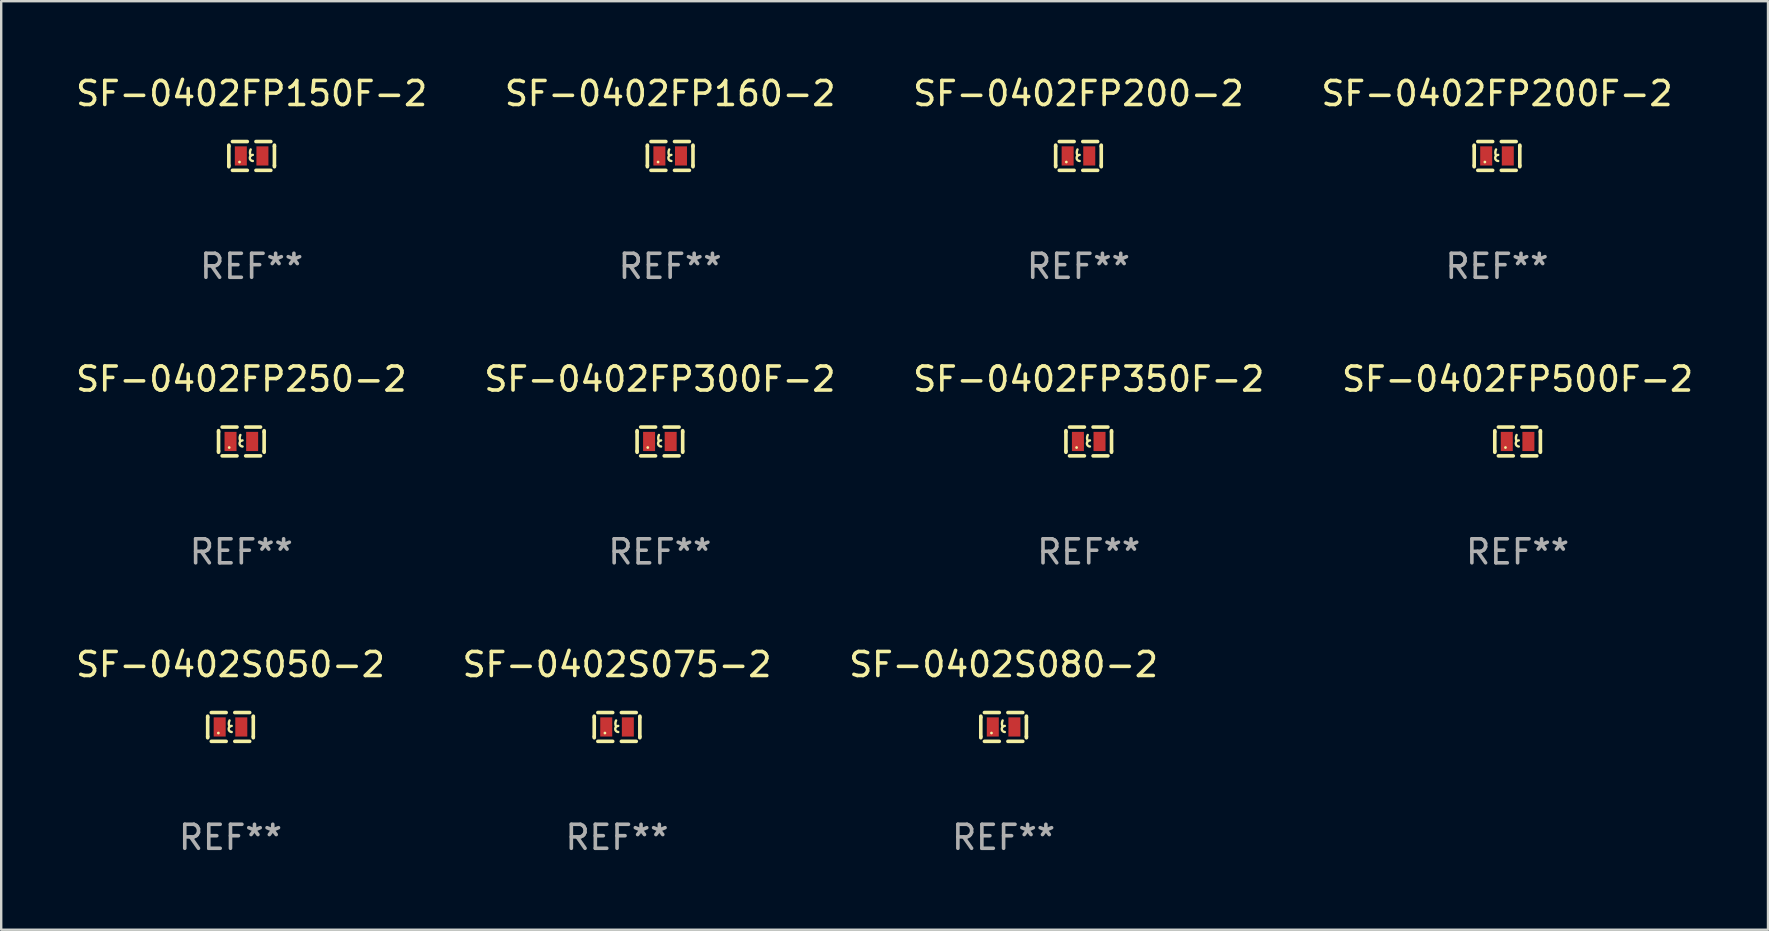
<source format=kicad_pcb>
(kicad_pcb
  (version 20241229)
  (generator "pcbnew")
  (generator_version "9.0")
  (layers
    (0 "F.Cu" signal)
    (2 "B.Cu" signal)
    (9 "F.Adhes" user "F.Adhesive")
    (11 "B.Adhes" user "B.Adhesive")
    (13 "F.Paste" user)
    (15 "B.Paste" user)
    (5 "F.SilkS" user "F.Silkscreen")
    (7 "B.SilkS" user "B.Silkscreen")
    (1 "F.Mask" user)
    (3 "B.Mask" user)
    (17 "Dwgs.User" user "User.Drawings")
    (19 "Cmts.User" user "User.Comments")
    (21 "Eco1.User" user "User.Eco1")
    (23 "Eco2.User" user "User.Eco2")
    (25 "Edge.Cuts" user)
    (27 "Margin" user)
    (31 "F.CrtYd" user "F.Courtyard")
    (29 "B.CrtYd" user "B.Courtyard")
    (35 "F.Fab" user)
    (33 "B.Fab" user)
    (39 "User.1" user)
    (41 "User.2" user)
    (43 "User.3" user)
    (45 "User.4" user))
  (footprint "SF-0402S050-2"
    (layer "F.Cu")
    (at 6.554 27.241)
    (property "Reference" "SF-0402S050-2" (at 0 -2.6 0) (layer "F.SilkS") (effects (font (size 1 1) (thickness 0.15))))
    (attr through_hole)
    (fp_line (start -0.95 -0.45) (end -0.95 -0.4) (stroke (width 0.15) (type solid)) (layer "F.SilkS"))
    (fp_line (start -0.95 -0.4) (end -0.95 0.4) (stroke (width 0.15) (type solid)) (layer "F.SilkS"))
    (fp_line (start -0.95 0.45) (end -0.95 0.4) (stroke (width 0.15) (type solid)) (layer "F.SilkS"))
    (fp_line (start -0.18 -0.6) (end -0.8 -0.6) (stroke (width 0.15) (type solid)) (layer "F.SilkS"))
    (fp_line (start -0.18 0.6) (end -0.8 0.6) (stroke (width 0.15) (type solid)) (layer "F.SilkS"))
    (fp_line (start 0.18 -0.6) (end 0.8 -0.6) (stroke (width 0.15) (type solid)) (layer "F.SilkS"))
    (fp_line (start 0.18 0.6) (end 0.8 0.6) (stroke (width 0.15) (type solid)) (layer "F.SilkS"))
    (fp_line (start 0.95 -0.45) (end 0.95 -0.4) (stroke (width 0.15) (type solid)) (layer "F.SilkS"))
    (fp_line (start 0.95 -0.4) (end 0.95 0.4) (stroke (width 0.15) (type solid)) (layer "F.SilkS"))
    (fp_line (start 0.95 0.45) (end 0.95 0.4) (stroke (width 0.15) (type solid)) (layer "F.SilkS"))
    (fp_arc (start -0.039942 -0.016052) (mid -0.069923 -0.143053) (end -0.039942 -0.270053) (stroke (width 0.1) (type solid)) (layer "F.SilkS"))
    (fp_arc (start 0.050076 0.209957) (mid -0.076924 0.082957) (end 0.050076 -0.044043) (stroke (width 0.1) (type solid)) (layer "F.SilkS"))
    (fp_circle (center -0.505 0.253) (end -0.475 0.253) (stroke (width 0.06) (type solid)) (fill no) (layer "F.SilkS"))
    (fp_text user "REF**" (at 0 4.6 0) (layer "F.Fab") (effects (font (size 1 1) (thickness 0.15))))
    (pad "1" smd rect (at -0.45 -0.000051) (size 0.5 0.8) (layers "F.Cu" "F.Mask" "F.Paste"))
    (pad "2" smd rect (at 0.45 -0.000051) (size 0.5 0.8) (layers "F.Cu" "F.Mask" "F.Paste")))
  (footprint "SF-0402FP300F-2"
    (layer "F.Cu")
    (at 24.446 15.345)
    (property "Reference" "SF-0402FP300F-2" (at 0 -2.6 0) (layer "F.SilkS") (effects (font (size 1 1) (thickness 0.15))))
    (attr through_hole)
    (fp_line (start -0.95 -0.45) (end -0.95 -0.4) (stroke (width 0.15) (type solid)) (layer "F.SilkS"))
    (fp_line (start -0.95 -0.4) (end -0.95 0.4) (stroke (width 0.15) (type solid)) (layer "F.SilkS"))
    (fp_line (start -0.95 0.45) (end -0.95 0.4) (stroke (width 0.15) (type solid)) (layer "F.SilkS"))
    (fp_line (start -0.18 -0.6) (end -0.8 -0.6) (stroke (width 0.15) (type solid)) (layer "F.SilkS"))
    (fp_line (start -0.18 0.6) (end -0.8 0.6) (stroke (width 0.15) (type solid)) (layer "F.SilkS"))
    (fp_line (start 0.18 -0.6) (end 0.8 -0.6) (stroke (width 0.15) (type solid)) (layer "F.SilkS"))
    (fp_line (start 0.18 0.6) (end 0.8 0.6) (stroke (width 0.15) (type solid)) (layer "F.SilkS"))
    (fp_line (start 0.95 -0.45) (end 0.95 -0.4) (stroke (width 0.15) (type solid)) (layer "F.SilkS"))
    (fp_line (start 0.95 -0.4) (end 0.95 0.4) (stroke (width 0.15) (type solid)) (layer "F.SilkS"))
    (fp_line (start 0.95 0.45) (end 0.95 0.4) (stroke (width 0.15) (type solid)) (layer "F.SilkS"))
    (fp_arc (start -0.039942 -0.016052) (mid -0.069923 -0.143053) (end -0.039942 -0.270053) (stroke (width 0.1) (type solid)) (layer "F.SilkS"))
    (fp_arc (start 0.050076 0.209957) (mid -0.076924 0.082957) (end 0.050076 -0.044043) (stroke (width 0.1) (type solid)) (layer "F.SilkS"))
    (fp_circle (center -0.505 0.253) (end -0.475 0.253) (stroke (width 0.06) (type solid)) (fill no) (layer "F.SilkS"))
    (fp_text user "REF**" (at 0 4.6 0) (layer "F.Fab") (effects (font (size 1 1) (thickness 0.15))))
    (pad "1" smd rect (at -0.45 -0.000051) (size 0.5 0.8) (layers "F.Cu" "F.Mask" "F.Paste"))
    (pad "2" smd rect (at 0.45 -0.000051) (size 0.5 0.8) (layers "F.Cu" "F.Mask" "F.Paste")))
  (footprint "SF-0402S075-2"
    (layer "F.Cu")
    (at 22.661 27.241)
    (property "Reference" "SF-0402S075-2" (at 0 -2.6 0) (layer "F.SilkS") (effects (font (size 1 1) (thickness 0.15))))
    (attr through_hole)
    (fp_line (start -0.95 -0.45) (end -0.95 -0.4) (stroke (width 0.15) (type solid)) (layer "F.SilkS"))
    (fp_line (start -0.95 -0.4) (end -0.95 0.4) (stroke (width 0.15) (type solid)) (layer "F.SilkS"))
    (fp_line (start -0.95 0.45) (end -0.95 0.4) (stroke (width 0.15) (type solid)) (layer "F.SilkS"))
    (fp_line (start -0.18 -0.6) (end -0.8 -0.6) (stroke (width 0.15) (type solid)) (layer "F.SilkS"))
    (fp_line (start -0.18 0.6) (end -0.8 0.6) (stroke (width 0.15) (type solid)) (layer "F.SilkS"))
    (fp_line (start 0.18 -0.6) (end 0.8 -0.6) (stroke (width 0.15) (type solid)) (layer "F.SilkS"))
    (fp_line (start 0.18 0.6) (end 0.8 0.6) (stroke (width 0.15) (type solid)) (layer "F.SilkS"))
    (fp_line (start 0.95 -0.45) (end 0.95 -0.4) (stroke (width 0.15) (type solid)) (layer "F.SilkS"))
    (fp_line (start 0.95 -0.4) (end 0.95 0.4) (stroke (width 0.15) (type solid)) (layer "F.SilkS"))
    (fp_line (start 0.95 0.45) (end 0.95 0.4) (stroke (width 0.15) (type solid)) (layer "F.SilkS"))
    (fp_arc (start -0.039942 -0.016052) (mid -0.069923 -0.143053) (end -0.039942 -0.270053) (stroke (width 0.1) (type solid)) (layer "F.SilkS"))
    (fp_arc (start 0.050076 0.209957) (mid -0.076924 0.082957) (end 0.050076 -0.044043) (stroke (width 0.1) (type solid)) (layer "F.SilkS"))
    (fp_circle (center -0.505 0.253) (end -0.475 0.253) (stroke (width 0.06) (type solid)) (fill no) (layer "F.SilkS"))
    (fp_text user "REF**" (at 0 4.6 0) (layer "F.Fab") (effects (font (size 1 1) (thickness 0.15))))
    (pad "1" smd rect (at -0.45 -0.000051) (size 0.5 0.8) (layers "F.Cu" "F.Mask" "F.Paste"))
    (pad "2" smd rect (at 0.45 -0.000051) (size 0.5 0.8) (layers "F.Cu" "F.Mask" "F.Paste")))
  (footprint "SF-0402FP500F-2"
    (layer "F.Cu")
    (at 60.185 15.345)
    (property "Reference" "SF-0402FP500F-2" (at 0 -2.6 0) (layer "F.SilkS") (effects (font (size 1 1) (thickness 0.15))))
    (attr through_hole)
    (fp_line (start -0.95 -0.45) (end -0.95 -0.4) (stroke (width 0.15) (type solid)) (layer "F.SilkS"))
    (fp_line (start -0.95 -0.4) (end -0.95 0.4) (stroke (width 0.15) (type solid)) (layer "F.SilkS"))
    (fp_line (start -0.95 0.45) (end -0.95 0.4) (stroke (width 0.15) (type solid)) (layer "F.SilkS"))
    (fp_line (start -0.18 -0.6) (end -0.8 -0.6) (stroke (width 0.15) (type solid)) (layer "F.SilkS"))
    (fp_line (start -0.18 0.6) (end -0.8 0.6) (stroke (width 0.15) (type solid)) (layer "F.SilkS"))
    (fp_line (start 0.18 -0.6) (end 0.8 -0.6) (stroke (width 0.15) (type solid)) (layer "F.SilkS"))
    (fp_line (start 0.18 0.6) (end 0.8 0.6) (stroke (width 0.15) (type solid)) (layer "F.SilkS"))
    (fp_line (start 0.95 -0.45) (end 0.95 -0.4) (stroke (width 0.15) (type solid)) (layer "F.SilkS"))
    (fp_line (start 0.95 -0.4) (end 0.95 0.4) (stroke (width 0.15) (type solid)) (layer "F.SilkS"))
    (fp_line (start 0.95 0.45) (end 0.95 0.4) (stroke (width 0.15) (type solid)) (layer "F.SilkS"))
    (fp_arc (start -0.039942 -0.016052) (mid -0.069923 -0.143053) (end -0.039942 -0.270053) (stroke (width 0.1) (type solid)) (layer "F.SilkS"))
    (fp_arc (start 0.050076 0.209957) (mid -0.076924 0.082957) (end 0.050076 -0.044043) (stroke (width 0.1) (type solid)) (layer "F.SilkS"))
    (fp_circle (center -0.505 0.253) (end -0.475 0.253) (stroke (width 0.06) (type solid)) (fill no) (layer "F.SilkS"))
    (fp_text user "REF**" (at 0 4.6 0) (layer "F.Fab") (effects (font (size 1 1) (thickness 0.15))))
    (pad "1" smd rect (at -0.45 -0.000051) (size 0.5 0.8) (layers "F.Cu" "F.Mask" "F.Paste"))
    (pad "2" smd rect (at 0.45 -0.000051) (size 0.5 0.8) (layers "F.Cu" "F.Mask" "F.Paste")))
  (footprint "SF-0402FP200F-2"
    (layer "F.Cu")
    (at 59.327 3.448)
    (property "Reference" "SF-0402FP200F-2" (at 0 -2.6 0) (layer "F.SilkS") (effects (font (size 1 1) (thickness 0.15))))
    (attr through_hole)
    (fp_line (start -0.95 -0.45) (end -0.95 -0.4) (stroke (width 0.15) (type solid)) (layer "F.SilkS"))
    (fp_line (start -0.95 -0.4) (end -0.95 0.4) (stroke (width 0.15) (type solid)) (layer "F.SilkS"))
    (fp_line (start -0.95 0.45) (end -0.95 0.4) (stroke (width 0.15) (type solid)) (layer "F.SilkS"))
    (fp_line (start -0.18 -0.6) (end -0.8 -0.6) (stroke (width 0.15) (type solid)) (layer "F.SilkS"))
    (fp_line (start -0.18 0.6) (end -0.8 0.6) (stroke (width 0.15) (type solid)) (layer "F.SilkS"))
    (fp_line (start 0.18 -0.6) (end 0.8 -0.6) (stroke (width 0.15) (type solid)) (layer "F.SilkS"))
    (fp_line (start 0.18 0.6) (end 0.8 0.6) (stroke (width 0.15) (type solid)) (layer "F.SilkS"))
    (fp_line (start 0.95 -0.45) (end 0.95 -0.4) (stroke (width 0.15) (type solid)) (layer "F.SilkS"))
    (fp_line (start 0.95 -0.4) (end 0.95 0.4) (stroke (width 0.15) (type solid)) (layer "F.SilkS"))
    (fp_line (start 0.95 0.45) (end 0.95 0.4) (stroke (width 0.15) (type solid)) (layer "F.SilkS"))
    (fp_arc (start -0.039942 -0.016052) (mid -0.069923 -0.143053) (end -0.039942 -0.270053) (stroke (width 0.1) (type solid)) (layer "F.SilkS"))
    (fp_arc (start 0.050076 0.209957) (mid -0.076924 0.082957) (end 0.050076 -0.044043) (stroke (width 0.1) (type solid)) (layer "F.SilkS"))
    (fp_circle (center -0.505 0.253) (end -0.475 0.253) (stroke (width 0.06) (type solid)) (fill no) (layer "F.SilkS"))
    (fp_text user "REF**" (at 0 4.6 0) (layer "F.Fab") (effects (font (size 1 1) (thickness 0.15))))
    (pad "1" smd rect (at -0.45 -0.000051) (size 0.5 0.8) (layers "F.Cu" "F.Mask" "F.Paste"))
    (pad "2" smd rect (at 0.45 -0.000051) (size 0.5 0.8) (layers "F.Cu" "F.Mask" "F.Paste")))
  (footprint "SF-0402FP160-2"
    (layer "F.Cu")
    (at 24.875 3.448)
    (property "Reference" "SF-0402FP160-2" (at 0 -2.6 0) (layer "F.SilkS") (effects (font (size 1 1) (thickness 0.15))))
    (attr through_hole)
    (fp_line (start -0.95 -0.45) (end -0.95 -0.4) (stroke (width 0.15) (type solid)) (layer "F.SilkS"))
    (fp_line (start -0.95 -0.4) (end -0.95 0.4) (stroke (width 0.15) (type solid)) (layer "F.SilkS"))
    (fp_line (start -0.95 0.45) (end -0.95 0.4) (stroke (width 0.15) (type solid)) (layer "F.SilkS"))
    (fp_line (start -0.18 -0.6) (end -0.8 -0.6) (stroke (width 0.15) (type solid)) (layer "F.SilkS"))
    (fp_line (start -0.18 0.6) (end -0.8 0.6) (stroke (width 0.15) (type solid)) (layer "F.SilkS"))
    (fp_line (start 0.18 -0.6) (end 0.8 -0.6) (stroke (width 0.15) (type solid)) (layer "F.SilkS"))
    (fp_line (start 0.18 0.6) (end 0.8 0.6) (stroke (width 0.15) (type solid)) (layer "F.SilkS"))
    (fp_line (start 0.95 -0.45) (end 0.95 -0.4) (stroke (width 0.15) (type solid)) (layer "F.SilkS"))
    (fp_line (start 0.95 -0.4) (end 0.95 0.4) (stroke (width 0.15) (type solid)) (layer "F.SilkS"))
    (fp_line (start 0.95 0.45) (end 0.95 0.4) (stroke (width 0.15) (type solid)) (layer "F.SilkS"))
    (fp_arc (start -0.039942 -0.016052) (mid -0.069923 -0.143053) (end -0.039942 -0.270053) (stroke (width 0.1) (type solid)) (layer "F.SilkS"))
    (fp_arc (start 0.050076 0.209957) (mid -0.076924 0.082957) (end 0.050076 -0.044043) (stroke (width 0.1) (type solid)) (layer "F.SilkS"))
    (fp_circle (center -0.505 0.253) (end -0.475 0.253) (stroke (width 0.06) (type solid)) (fill no) (layer "F.SilkS"))
    (fp_text user "REF**" (at 0 4.6 0) (layer "F.Fab") (effects (font (size 1 1) (thickness 0.15))))
    (pad "1" smd rect (at -0.45 -0.000051) (size 0.5 0.8) (layers "F.Cu" "F.Mask" "F.Paste"))
    (pad "2" smd rect (at 0.45 -0.000051) (size 0.5 0.8) (layers "F.Cu" "F.Mask" "F.Paste")))
  (footprint "SF-0402FP150F-2"
    (layer "F.Cu")
    (at 7.435 3.448)
    (property "Reference" "SF-0402FP150F-2" (at 0 -2.6 0) (layer "F.SilkS") (effects (font (size 1 1) (thickness 0.15))))
    (attr through_hole)
    (fp_line (start -0.95 -0.45) (end -0.95 -0.4) (stroke (width 0.15) (type solid)) (layer "F.SilkS"))
    (fp_line (start -0.95 -0.4) (end -0.95 0.4) (stroke (width 0.15) (type solid)) (layer "F.SilkS"))
    (fp_line (start -0.95 0.45) (end -0.95 0.4) (stroke (width 0.15) (type solid)) (layer "F.SilkS"))
    (fp_line (start -0.18 -0.6) (end -0.8 -0.6) (stroke (width 0.15) (type solid)) (layer "F.SilkS"))
    (fp_line (start -0.18 0.6) (end -0.8 0.6) (stroke (width 0.15) (type solid)) (layer "F.SilkS"))
    (fp_line (start 0.18 -0.6) (end 0.8 -0.6) (stroke (width 0.15) (type solid)) (layer "F.SilkS"))
    (fp_line (start 0.18 0.6) (end 0.8 0.6) (stroke (width 0.15) (type solid)) (layer "F.SilkS"))
    (fp_line (start 0.95 -0.45) (end 0.95 -0.4) (stroke (width 0.15) (type solid)) (layer "F.SilkS"))
    (fp_line (start 0.95 -0.4) (end 0.95 0.4) (stroke (width 0.15) (type solid)) (layer "F.SilkS"))
    (fp_line (start 0.95 0.45) (end 0.95 0.4) (stroke (width 0.15) (type solid)) (layer "F.SilkS"))
    (fp_arc (start -0.039942 -0.016052) (mid -0.069923 -0.143053) (end -0.039942 -0.270053) (stroke (width 0.1) (type solid)) (layer "F.SilkS"))
    (fp_arc (start 0.050076 0.209957) (mid -0.076924 0.082957) (end 0.050076 -0.044043) (stroke (width 0.1) (type solid)) (layer "F.SilkS"))
    (fp_circle (center -0.505 0.253) (end -0.475 0.253) (stroke (width 0.06) (type solid)) (fill no) (layer "F.SilkS"))
    (fp_text user "REF**" (at 0 4.6 0) (layer "F.Fab") (effects (font (size 1 1) (thickness 0.15))))
    (pad "1" smd rect (at -0.45 -0.000051) (size 0.5 0.8) (layers "F.Cu" "F.Mask" "F.Paste"))
    (pad "2" smd rect (at 0.45 -0.000051) (size 0.5 0.8) (layers "F.Cu" "F.Mask" "F.Paste")))
  (footprint "SF-0402FP250-2"
    (layer "F.Cu")
    (at 7.006 15.345)
    (property "Reference" "SF-0402FP250-2" (at 0 -2.6 0) (layer "F.SilkS") (effects (font (size 1 1) (thickness 0.15))))
    (attr through_hole)
    (fp_line (start -0.95 -0.45) (end -0.95 -0.4) (stroke (width 0.15) (type solid)) (layer "F.SilkS"))
    (fp_line (start -0.95 -0.4) (end -0.95 0.4) (stroke (width 0.15) (type solid)) (layer "F.SilkS"))
    (fp_line (start -0.95 0.45) (end -0.95 0.4) (stroke (width 0.15) (type solid)) (layer "F.SilkS"))
    (fp_line (start -0.18 -0.6) (end -0.8 -0.6) (stroke (width 0.15) (type solid)) (layer "F.SilkS"))
    (fp_line (start -0.18 0.6) (end -0.8 0.6) (stroke (width 0.15) (type solid)) (layer "F.SilkS"))
    (fp_line (start 0.18 -0.6) (end 0.8 -0.6) (stroke (width 0.15) (type solid)) (layer "F.SilkS"))
    (fp_line (start 0.18 0.6) (end 0.8 0.6) (stroke (width 0.15) (type solid)) (layer "F.SilkS"))
    (fp_line (start 0.95 -0.45) (end 0.95 -0.4) (stroke (width 0.15) (type solid)) (layer "F.SilkS"))
    (fp_line (start 0.95 -0.4) (end 0.95 0.4) (stroke (width 0.15) (type solid)) (layer "F.SilkS"))
    (fp_line (start 0.95 0.45) (end 0.95 0.4) (stroke (width 0.15) (type solid)) (layer "F.SilkS"))
    (fp_arc (start -0.039942 -0.016052) (mid -0.069923 -0.143053) (end -0.039942 -0.270053) (stroke (width 0.1) (type solid)) (layer "F.SilkS"))
    (fp_arc (start 0.050076 0.209957) (mid -0.076924 0.082957) (end 0.050076 -0.044043) (stroke (width 0.1) (type solid)) (layer "F.SilkS"))
    (fp_circle (center -0.505 0.253) (end -0.475 0.253) (stroke (width 0.06) (type solid)) (fill no) (layer "F.SilkS"))
    (fp_text user "REF**" (at 0 4.6 0) (layer "F.Fab") (effects (font (size 1 1) (thickness 0.15))))
    (pad "1" smd rect (at -0.45 -0.000051) (size 0.5 0.8) (layers "F.Cu" "F.Mask" "F.Paste"))
    (pad "2" smd rect (at 0.45 -0.000051) (size 0.5 0.8) (layers "F.Cu" "F.Mask" "F.Paste")))
  (footprint "SF-0402FP350F-2"
    (layer "F.Cu")
    (at 42.315 15.345)
    (property "Reference" "SF-0402FP350F-2" (at 0 -2.6 0) (layer "F.SilkS") (effects (font (size 1 1) (thickness 0.15))))
    (attr through_hole)
    (fp_line (start -0.95 -0.45) (end -0.95 -0.4) (stroke (width 0.15) (type solid)) (layer "F.SilkS"))
    (fp_line (start -0.95 -0.4) (end -0.95 0.4) (stroke (width 0.15) (type solid)) (layer "F.SilkS"))
    (fp_line (start -0.95 0.45) (end -0.95 0.4) (stroke (width 0.15) (type solid)) (layer "F.SilkS"))
    (fp_line (start -0.18 -0.6) (end -0.8 -0.6) (stroke (width 0.15) (type solid)) (layer "F.SilkS"))
    (fp_line (start -0.18 0.6) (end -0.8 0.6) (stroke (width 0.15) (type solid)) (layer "F.SilkS"))
    (fp_line (start 0.18 -0.6) (end 0.8 -0.6) (stroke (width 0.15) (type solid)) (layer "F.SilkS"))
    (fp_line (start 0.18 0.6) (end 0.8 0.6) (stroke (width 0.15) (type solid)) (layer "F.SilkS"))
    (fp_line (start 0.95 -0.45) (end 0.95 -0.4) (stroke (width 0.15) (type solid)) (layer "F.SilkS"))
    (fp_line (start 0.95 -0.4) (end 0.95 0.4) (stroke (width 0.15) (type solid)) (layer "F.SilkS"))
    (fp_line (start 0.95 0.45) (end 0.95 0.4) (stroke (width 0.15) (type solid)) (layer "F.SilkS"))
    (fp_arc (start -0.039942 -0.016052) (mid -0.069923 -0.143053) (end -0.039942 -0.270053) (stroke (width 0.1) (type solid)) (layer "F.SilkS"))
    (fp_arc (start 0.050076 0.209957) (mid -0.076924 0.082957) (end 0.050076 -0.044043) (stroke (width 0.1) (type solid)) (layer "F.SilkS"))
    (fp_circle (center -0.505 0.253) (end -0.475 0.253) (stroke (width 0.06) (type solid)) (fill no) (layer "F.SilkS"))
    (fp_text user "REF**" (at 0 4.6 0) (layer "F.Fab") (effects (font (size 1 1) (thickness 0.15))))
    (pad "1" smd rect (at -0.45 -0.000051) (size 0.5 0.8) (layers "F.Cu" "F.Mask" "F.Paste"))
    (pad "2" smd rect (at 0.45 -0.000051) (size 0.5 0.8) (layers "F.Cu" "F.Mask" "F.Paste")))
  (footprint "SF-0402S080-2"
    (layer "F.Cu")
    (at 38.768 27.241)
    (property "Reference" "SF-0402S080-2" (at 0 -2.6 0) (layer "F.SilkS") (effects (font (size 1 1) (thickness 0.15))))
    (attr through_hole)
    (fp_line (start -0.95 -0.45) (end -0.95 -0.4) (stroke (width 0.15) (type solid)) (layer "F.SilkS"))
    (fp_line (start -0.95 -0.4) (end -0.95 0.4) (stroke (width 0.15) (type solid)) (layer "F.SilkS"))
    (fp_line (start -0.95 0.45) (end -0.95 0.4) (stroke (width 0.15) (type solid)) (layer "F.SilkS"))
    (fp_line (start -0.18 -0.6) (end -0.8 -0.6) (stroke (width 0.15) (type solid)) (layer "F.SilkS"))
    (fp_line (start -0.18 0.6) (end -0.8 0.6) (stroke (width 0.15) (type solid)) (layer "F.SilkS"))
    (fp_line (start 0.18 -0.6) (end 0.8 -0.6) (stroke (width 0.15) (type solid)) (layer "F.SilkS"))
    (fp_line (start 0.18 0.6) (end 0.8 0.6) (stroke (width 0.15) (type solid)) (layer "F.SilkS"))
    (fp_line (start 0.95 -0.45) (end 0.95 -0.4) (stroke (width 0.15) (type solid)) (layer "F.SilkS"))
    (fp_line (start 0.95 -0.4) (end 0.95 0.4) (stroke (width 0.15) (type solid)) (layer "F.SilkS"))
    (fp_line (start 0.95 0.45) (end 0.95 0.4) (stroke (width 0.15) (type solid)) (layer "F.SilkS"))
    (fp_arc (start -0.039942 -0.016052) (mid -0.069923 -0.143053) (end -0.039942 -0.270053) (stroke (width 0.1) (type solid)) (layer "F.SilkS"))
    (fp_arc (start 0.050076 0.209957) (mid -0.076924 0.082957) (end 0.050076 -0.044043) (stroke (width 0.1) (type solid)) (layer "F.SilkS"))
    (fp_circle (center -0.505 0.253) (end -0.475 0.253) (stroke (width 0.06) (type solid)) (fill no) (layer "F.SilkS"))
    (fp_text user "REF**" (at 0 4.6 0) (layer "F.Fab") (effects (font (size 1 1) (thickness 0.15))))
    (pad "1" smd rect (at -0.45 -0.000051) (size 0.5 0.8) (layers "F.Cu" "F.Mask" "F.Paste"))
    (pad "2" smd rect (at 0.45 -0.000051) (size 0.5 0.8) (layers "F.Cu" "F.Mask" "F.Paste")))
  (footprint "SF-0402FP200-2"
    (layer "F.Cu")
    (at 41.887 3.448)
    (property "Reference" "SF-0402FP200-2" (at 0 -2.6 0) (layer "F.SilkS") (effects (font (size 1 1) (thickness 0.15))))
    (attr through_hole)
    (fp_line (start -0.95 -0.45) (end -0.95 -0.4) (stroke (width 0.15) (type solid)) (layer "F.SilkS"))
    (fp_line (start -0.95 -0.4) (end -0.95 0.4) (stroke (width 0.15) (type solid)) (layer "F.SilkS"))
    (fp_line (start -0.95 0.45) (end -0.95 0.4) (stroke (width 0.15) (type solid)) (layer "F.SilkS"))
    (fp_line (start -0.18 -0.6) (end -0.8 -0.6) (stroke (width 0.15) (type solid)) (layer "F.SilkS"))
    (fp_line (start -0.18 0.6) (end -0.8 0.6) (stroke (width 0.15) (type solid)) (layer "F.SilkS"))
    (fp_line (start 0.18 -0.6) (end 0.8 -0.6) (stroke (width 0.15) (type solid)) (layer "F.SilkS"))
    (fp_line (start 0.18 0.6) (end 0.8 0.6) (stroke (width 0.15) (type solid)) (layer "F.SilkS"))
    (fp_line (start 0.95 -0.45) (end 0.95 -0.4) (stroke (width 0.15) (type solid)) (layer "F.SilkS"))
    (fp_line (start 0.95 -0.4) (end 0.95 0.4) (stroke (width 0.15) (type solid)) (layer "F.SilkS"))
    (fp_line (start 0.95 0.45) (end 0.95 0.4) (stroke (width 0.15) (type solid)) (layer "F.SilkS"))
    (fp_arc (start -0.039942 -0.016052) (mid -0.069923 -0.143053) (end -0.039942 -0.270053) (stroke (width 0.1) (type solid)) (layer "F.SilkS"))
    (fp_arc (start 0.050076 0.209957) (mid -0.076924 0.082957) (end 0.050076 -0.044043) (stroke (width 0.1) (type solid)) (layer "F.SilkS"))
    (fp_circle (center -0.505 0.253) (end -0.475 0.253) (stroke (width 0.06) (type solid)) (fill no) (layer "F.SilkS"))
    (fp_text user "REF**" (at 0 4.6 0) (layer "F.Fab") (effects (font (size 1 1) (thickness 0.15))))
    (pad "1" smd rect (at -0.45 -0.000051) (size 0.5 0.8) (layers "F.Cu" "F.Mask" "F.Paste"))
    (pad "2" smd rect (at 0.45 -0.000051) (size 0.5 0.8) (layers "F.Cu" "F.Mask" "F.Paste")))
  (gr_rect
    (start -3 -3)
    (end 70.619 35.69)
    (stroke (width 0.1) (type default))
    (fill no)
    (layer "Edge.Cuts")))
</source>
